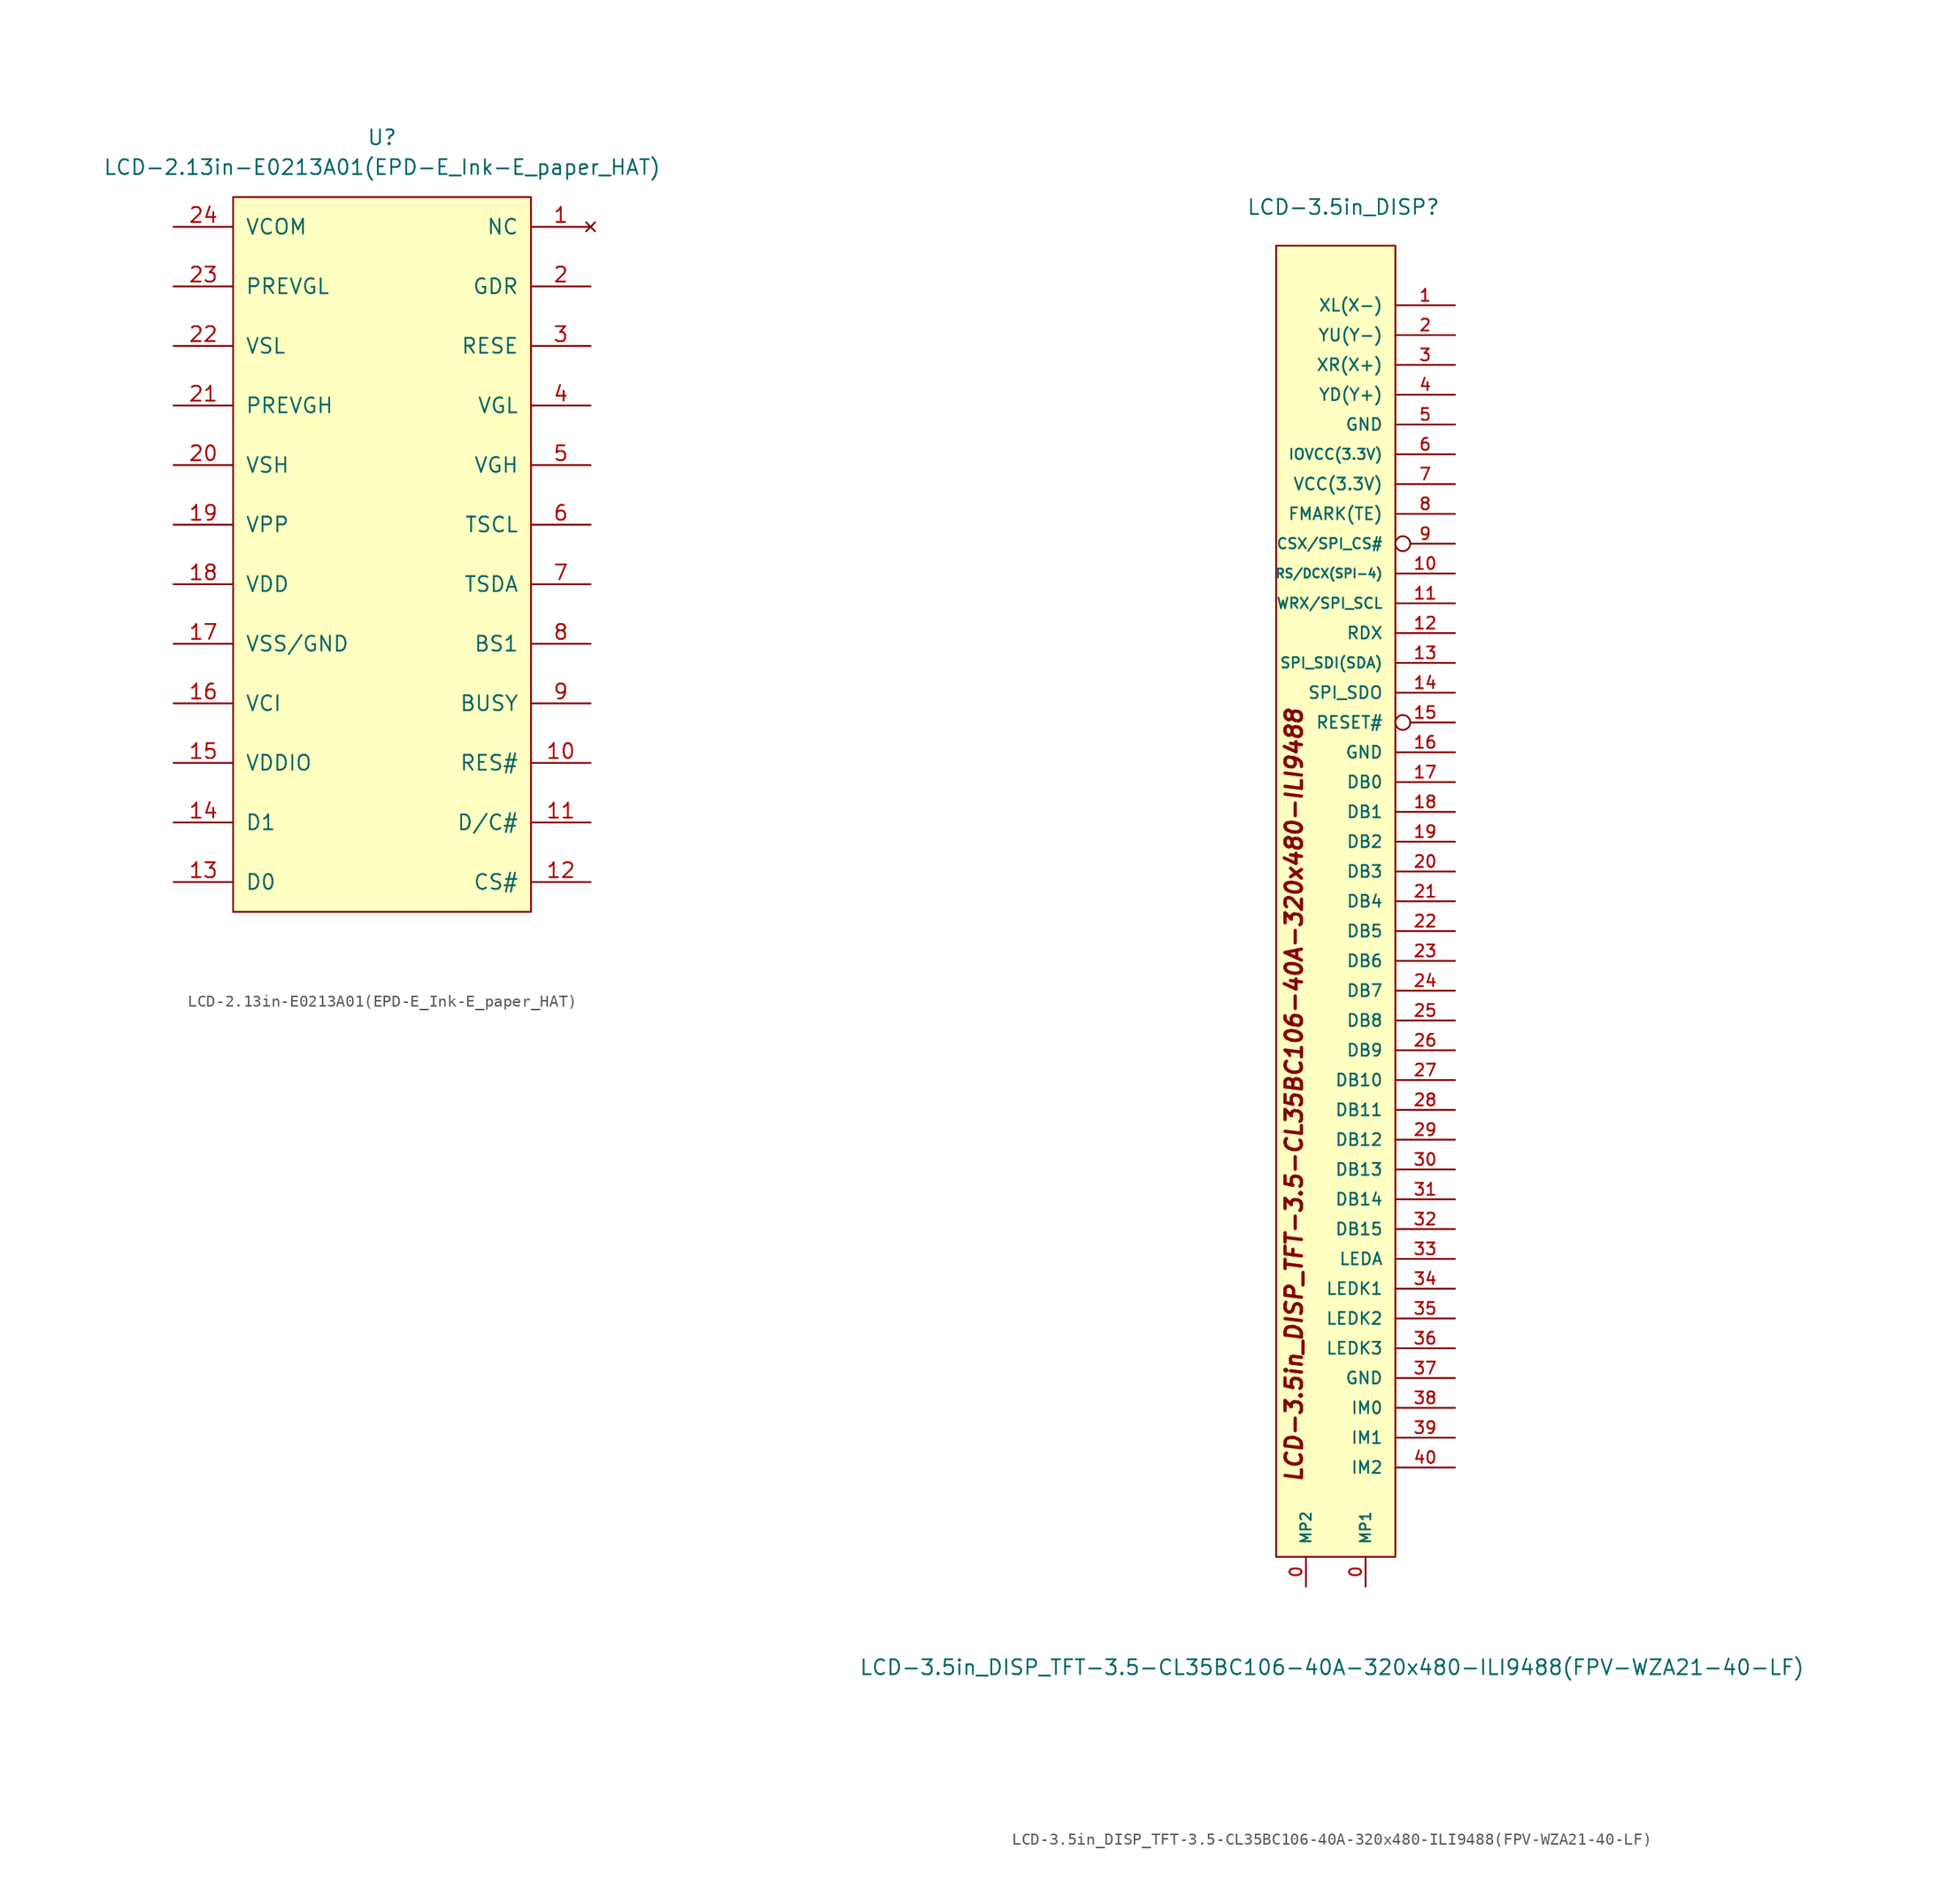
<source format=kicad_sym>
(kicad_symbol_lib
  (version 20220914)
  (generator kicad_symbol_editor)
  (symbol "LCD-2.13in-E0213A01(EPD-E_Ink-E_paper_HAT)"
    (pin_names
      (offset 1.016))
    (property "Reference" "U"
      (at 12.7 5.08 0)
      (effects (font (size 1.27 1.27))))
    (property "Value" "LCD-2.13in-E0213A01(EPD-E_Ink-E_paper_HAT)"
      (at 12.7 2.54 0)
      (effects (font (size 1.27 1.27))))
    (symbol "LCD-2.13in-E0213A01(EPD-E_Ink-E_paper_HAT)_0_1"
      (rectangle (start 25.4 -60.96) (end 0 0) (stroke (width 0) (type solid)) (fill (type background))))
    (symbol "LCD-2.13in-E0213A01(EPD-E_Ink-E_paper_HAT)_1_1"
      (pin no_connect line (at 30.48 -2.54 180) (length 5.08) (name "NC" (effects (font (size 1.27 1.27)))) (number "1" (effects (font (size 1.27 1.27)))))
      (pin output line (at 30.48 -48.26 180) (length 5.08) (name "RES#" (effects (font (size 1.27 1.27)))) (number "10" (effects (font (size 1.27 1.27)))))
      (pin input line (at 30.48 -53.34 180) (length 5.08) (name "D/C#" (effects (font (size 1.27 1.27)))) (number "11" (effects (font (size 1.27 1.27)))))
      (pin input line (at 30.48 -58.42 180) (length 5.08) (name "CS#" (effects (font (size 1.27 1.27)))) (number "12" (effects (font (size 1.27 1.27)))))
      (pin input line (at -5.08 -58.42 0) (length 5.08) (name "D0" (effects (font (size 1.27 1.27)))) (number "13" (effects (font (size 1.27 1.27)))))
      (pin input line (at -5.08 -53.34 0) (length 5.08) (name "D1" (effects (font (size 1.27 1.27)))) (number "14" (effects (font (size 1.27 1.27)))))
      (pin power_in line (at -5.08 -48.26 0) (length 5.08) (name "VDDIO" (effects (font (size 1.27 1.27)))) (number "15" (effects (font (size 1.27 1.27)))))
      (pin power_in line (at -5.08 -43.18 0) (length 5.08) (name "VCI" (effects (font (size 1.27 1.27)))) (number "16" (effects (font (size 1.27 1.27)))))
      (pin power_in line (at -5.08 -38.1 0) (length 5.08) (name "VSS/GND" (effects (font (size 1.27 1.27)))) (number "17" (effects (font (size 1.27 1.27)))))
      (pin power_in line (at -5.08 -33.02 0) (length 5.08) (name "VDD" (effects (font (size 1.27 1.27)))) (number "18" (effects (font (size 1.27 1.27)))))
      (pin power_in line (at -5.08 -27.94 0) (length 5.08) (name "VPP" (effects (font (size 1.27 1.27)))) (number "19" (effects (font (size 1.27 1.27)))))
      (pin input line (at 30.48 -7.62 180) (length 5.08) (name "GDR" (effects (font (size 1.27 1.27)))) (number "2" (effects (font (size 1.27 1.27)))))
      (pin power_in line (at -5.08 -22.86 0) (length 5.08) (name "VSH" (effects (font (size 1.27 1.27)))) (number "20" (effects (font (size 1.27 1.27)))))
      (pin power_out line (at -5.08 -17.78 0) (length 5.08) (name "PREVGH" (effects (font (size 1.27 1.27)))) (number "21" (effects (font (size 1.27 1.27)))))
      (pin power_in line (at -5.08 -12.7 0) (length 5.08) (name "VSL" (effects (font (size 1.27 1.27)))) (number "22" (effects (font (size 1.27 1.27)))))
      (pin power_in line (at -5.08 -7.62 0) (length 5.08) (name "PREVGL" (effects (font (size 1.27 1.27)))) (number "23" (effects (font (size 1.27 1.27)))))
      (pin power_out line (at -5.08 -2.54 0) (length 5.08) (name "VCOM" (effects (font (size 1.27 1.27)))) (number "24" (effects (font (size 1.27 1.27)))))
      (pin input line (at 30.48 -12.7 180) (length 5.08) (name "RESE" (effects (font (size 1.27 1.27)))) (number "3" (effects (font (size 1.27 1.27)))))
      (pin input line (at 30.48 -17.78 180) (length 5.08) (name "VGL" (effects (font (size 1.27 1.27)))) (number "4" (effects (font (size 1.27 1.27)))))
      (pin input line (at 30.48 -22.86 180) (length 5.08) (name "VGH" (effects (font (size 1.27 1.27)))) (number "5" (effects (font (size 1.27 1.27)))))
      (pin input line (at 30.48 -27.94 180) (length 5.08) (name "TSCL" (effects (font (size 1.27 1.27)))) (number "6" (effects (font (size 1.27 1.27)))))
      (pin input line (at 30.48 -33.02 180) (length 5.08) (name "TSDA" (effects (font (size 1.27 1.27)))) (number "7" (effects (font (size 1.27 1.27)))))
      (pin input line (at 30.48 -38.1 180) (length 5.08) (name "BS1" (effects (font (size 1.27 1.27)))) (number "8" (effects (font (size 1.27 1.27)))))
      (pin input line (at 30.48 -43.18 180) (length 5.08) (name "BUSY" (effects (font (size 1.27 1.27)))) (number "9" (effects (font (size 1.27 1.27)))))))
  (symbol "LCD-3.5in_DISP_TFT-3.5-CL35BC106-40A-320x480-ILI9488(FPV-WZA21-40-LF)"
    (pin_names
      (offset 1.016))
    (property "Reference" "LCD-3.5in_DISP"
      (at -7.62 58.42 0)
      (effects (font (size 1.27 1.27)) (justify left bottom)))
    (property "Value" "LCD-3.5in_DISP_TFT-3.5-CL35BC106-40A-320x480-ILI9488(FPV-WZA21-40-LF)"
      (at -40.64 -66.04 0)
      (effects (font (size 1.27 1.27)) (justify left bottom)))
    (symbol "LCD-3.5in_DISP_TFT-3.5-CL35BC106-40A-320x480-ILI9488(FPV-WZA21-40-LF)_0_0"
      (text "LCD-3.5in_DISP_TFT-3.5-CL35BC106-40A-320x480-ILI9488" (at -3.556 -16.51 900) (effects (font (size 1.397 1.397) bold italic))))
    (symbol "LCD-3.5in_DISP_TFT-3.5-CL35BC106-40A-320x480-ILI9488(FPV-WZA21-40-LF)_1_0"
      (rectangle (start 5.08 -55.88) (end -5.08 55.88) (stroke (width 0) (type solid)) (fill (type background))))
    (symbol "LCD-3.5in_DISP_TFT-3.5-CL35BC106-40A-320x480-ILI9488(FPV-WZA21-40-LF)_1_1"
      (pin passive line (at 2.54 -58.42 90) (length 2.54) (name "MP1" (effects (font (size 0.889 0.889)))) (number "0" (effects (font (size 1.016 1.016)))))
      (pin passive line (at -2.54 -58.42 90) (length 2.54) (name "MP2" (effects (font (size 0.889 0.889)))) (number "0" (effects (font (size 1.016 1.016)))))
      (pin input line (at 10.16 50.8 180) (length 5.08) (name "XL(X-)" (effects (font (size 1.016 1.016)))) (number "1" (effects (font (size 1.016 1.016)))))
      (pin input line (at 10.16 27.94 180) (length 5.08) (name "RS/DCX(SPI-4)" (effects (font (size 0.762 0.762)))) (number "10" (effects (font (size 1.016 1.016)))))
      (pin input line (at 10.16 25.4 180) (length 5.08) (name "WRX/SPI_SCL" (effects (font (size 0.889 0.889)))) (number "11" (effects (font (size 1.016 1.016)))))
      (pin input line (at 10.16 22.86 180) (length 5.08) (name "RDX" (effects (font (size 1.016 1.016)))) (number "12" (effects (font (size 1.016 1.016)))))
      (pin bidirectional line (at 10.16 20.32 180) (length 5.08) (name "SPI_SDI(SDA)" (effects (font (size 0.889 0.889)))) (number "13" (effects (font (size 1.016 1.016)))))
      (pin output line (at 10.16 17.78 180) (length 5.08) (name "SPI_SDO" (effects (font (size 1.016 1.016)))) (number "14" (effects (font (size 1.016 1.016)))))
      (pin input inverted (at 10.16 15.24 180) (length 5.08) (name "RESET#" (effects (font (size 1.016 1.016)))) (number "15" (effects (font (size 1.016 1.016)))))
      (pin power_in line (at 10.16 12.7 180) (length 5.08) (name "GND" (effects (font (size 1.016 1.016)))) (number "16" (effects (font (size 1.016 1.016)))))
      (pin bidirectional line (at 10.16 10.16 180) (length 5.08) (name "DB0" (effects (font (size 1.016 1.016)))) (number "17" (effects (font (size 1.016 1.016)))))
      (pin bidirectional line (at 10.16 7.62 180) (length 5.08) (name "DB1" (effects (font (size 1.016 1.016)))) (number "18" (effects (font (size 1.016 1.016)))))
      (pin bidirectional line (at 10.16 5.08 180) (length 5.08) (name "DB2" (effects (font (size 1.016 1.016)))) (number "19" (effects (font (size 1.016 1.016)))))
      (pin input line (at 10.16 48.26 180) (length 5.08) (name "YU(Y-)" (effects (font (size 1.016 1.016)))) (number "2" (effects (font (size 1.016 1.016)))))
      (pin bidirectional line (at 10.16 2.54 180) (length 5.08) (name "DB3" (effects (font (size 1.016 1.016)))) (number "20" (effects (font (size 1.016 1.016)))))
      (pin bidirectional line (at 10.16 0 180) (length 5.08) (name "DB4" (effects (font (size 1.016 1.016)))) (number "21" (effects (font (size 1.016 1.016)))))
      (pin bidirectional line (at 10.16 -2.54 180) (length 5.08) (name "DB5" (effects (font (size 1.016 1.016)))) (number "22" (effects (font (size 1.016 1.016)))))
      (pin bidirectional line (at 10.16 -5.08 180) (length 5.08) (name "DB6" (effects (font (size 1.016 1.016)))) (number "23" (effects (font (size 1.016 1.016)))))
      (pin bidirectional line (at 10.16 -7.62 180) (length 5.08) (name "DB7" (effects (font (size 1.016 1.016)))) (number "24" (effects (font (size 1.016 1.016)))))
      (pin bidirectional line (at 10.16 -10.16 180) (length 5.08) (name "DB8" (effects (font (size 1.016 1.016)))) (number "25" (effects (font (size 1.016 1.016)))))
      (pin bidirectional line (at 10.16 -12.7 180) (length 5.08) (name "DB9" (effects (font (size 1.016 1.016)))) (number "26" (effects (font (size 1.016 1.016)))))
      (pin bidirectional line (at 10.16 -15.24 180) (length 5.08) (name "DB10" (effects (font (size 1.016 1.016)))) (number "27" (effects (font (size 1.016 1.016)))))
      (pin bidirectional line (at 10.16 -17.78 180) (length 5.08) (name "DB11" (effects (font (size 1.016 1.016)))) (number "28" (effects (font (size 1.016 1.016)))))
      (pin bidirectional line (at 10.16 -20.32 180) (length 5.08) (name "DB12" (effects (font (size 1.016 1.016)))) (number "29" (effects (font (size 1.016 1.016)))))
      (pin input line (at 10.16 45.72 180) (length 5.08) (name "XR(X+)" (effects (font (size 1.016 1.016)))) (number "3" (effects (font (size 1.016 1.016)))))
      (pin bidirectional line (at 10.16 -22.86 180) (length 5.08) (name "DB13" (effects (font (size 1.016 1.016)))) (number "30" (effects (font (size 1.016 1.016)))))
      (pin bidirectional line (at 10.16 -25.4 180) (length 5.08) (name "DB14" (effects (font (size 1.016 1.016)))) (number "31" (effects (font (size 1.016 1.016)))))
      (pin bidirectional line (at 10.16 -27.94 180) (length 5.08) (name "DB15" (effects (font (size 1.016 1.016)))) (number "32" (effects (font (size 1.016 1.016)))))
      (pin input line (at 10.16 -30.48 180) (length 5.08) (name "LEDA" (effects (font (size 1.016 1.016)))) (number "33" (effects (font (size 1.016 1.016)))))
      (pin input line (at 10.16 -33.02 180) (length 5.08) (name "LEDK1" (effects (font (size 1.016 1.016)))) (number "34" (effects (font (size 1.016 1.016)))))
      (pin input line (at 10.16 -35.56 180) (length 5.08) (name "LEDK2" (effects (font (size 1.016 1.016)))) (number "35" (effects (font (size 1.016 1.016)))))
      (pin input line (at 10.16 -38.1 180) (length 5.08) (name "LEDK3" (effects (font (size 1.016 1.016)))) (number "36" (effects (font (size 1.016 1.016)))))
      (pin power_in line (at 10.16 -40.64 180) (length 5.08) (name "GND" (effects (font (size 1.016 1.016)))) (number "37" (effects (font (size 1.016 1.016)))))
      (pin input line (at 10.16 -43.18 180) (length 5.08) (name "IM0" (effects (font (size 1.016 1.016)))) (number "38" (effects (font (size 1.016 1.016)))))
      (pin input line (at 10.16 -45.72 180) (length 5.08) (name "IM1" (effects (font (size 1.016 1.016)))) (number "39" (effects (font (size 1.016 1.016)))))
      (pin input line (at 10.16 43.18 180) (length 5.08) (name "YD(Y+)" (effects (font (size 1.016 1.016)))) (number "4" (effects (font (size 1.016 1.016)))))
      (pin input line (at 10.16 -48.26 180) (length 5.08) (name "IM2" (effects (font (size 1.016 1.016)))) (number "40" (effects (font (size 1.016 1.016)))))
      (pin power_in line (at 10.16 40.64 180) (length 5.08) (name "GND" (effects (font (size 1.016 1.016)))) (number "5" (effects (font (size 1.016 1.016)))))
      (pin power_in line (at 10.16 38.1 180) (length 5.08) (name "IOVCC(3.3V)" (effects (font (size 0.889 0.889)))) (number "6" (effects (font (size 1.016 1.016)))))
      (pin power_in line (at 10.16 35.56 180) (length 5.08) (name "VCC(3.3V)" (effects (font (size 1.016 1.016)))) (number "7" (effects (font (size 1.016 1.016)))))
      (pin output line (at 10.16 33.02 180) (length 5.08) (name "FMARK(TE)" (effects (font (size 1.016 1.016)))) (number "8" (effects (font (size 1.016 1.016)))))
      (pin input inverted (at 10.16 30.48 180) (length 5.08) (name "CSX/SPI_CS#" (effects (font (size 0.889 0.889)))) (number "9" (effects (font (size 1.016 1.016))))))))
</source>
